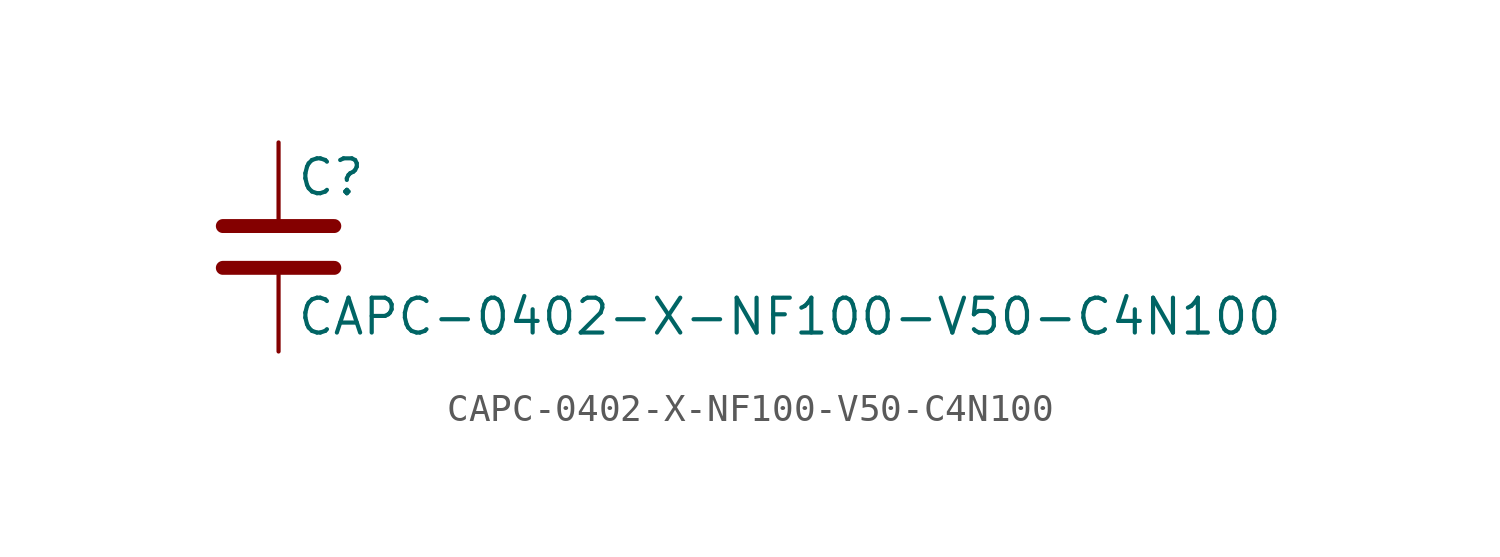
<source format=kicad_sym>
(kicad_symbol_lib
  (version 20211014)
  (generator kicad_symbol_editor)
  (symbol "CAPC-0402-X-NF100-V50-C4N100"
    (pin_numbers hide)
    (pin_names
      (offset 0.254))
    (property "Reference" "C"
      (at 0.635 2.54 0)
      (effects (font (size 1.27 1.27)) (justify left)))
    (property "Value" "CAPC-0402-X-NF100-V50-C4N100"
      (at 0.635 -2.54 0)
      (effects (font (size 1.27 1.27)) (justify left)))
    (symbol "CAPC-0402-X-NF100-V50-C4N100_0_1"
      (polyline (pts (xy -2.032 -0.762) (xy 2.032 -0.762)) (stroke (width 0.508) (type default) (color 0 0 0 0)) (fill (type none)))
      (polyline (pts (xy -2.032 0.762) (xy 2.032 0.762)) (stroke (width 0.508) (type default) (color 0 0 0 0)) (fill (type none))))
    (symbol "CAPC-0402-X-NF100-V50-C4N100_1_1"
      (pin passive line (at 0 3.81 270) (length 2.794) (name "~" (effects (font (size 1.27 1.27)))) (number "1" (effects (font (size 1.27 1.27)))))
      (pin passive line (at 0 -3.81 90) (length 2.794) (name "~" (effects (font (size 1.27 1.27)))) (number "2" (effects (font (size 1.27 1.27))))))))
</source>
